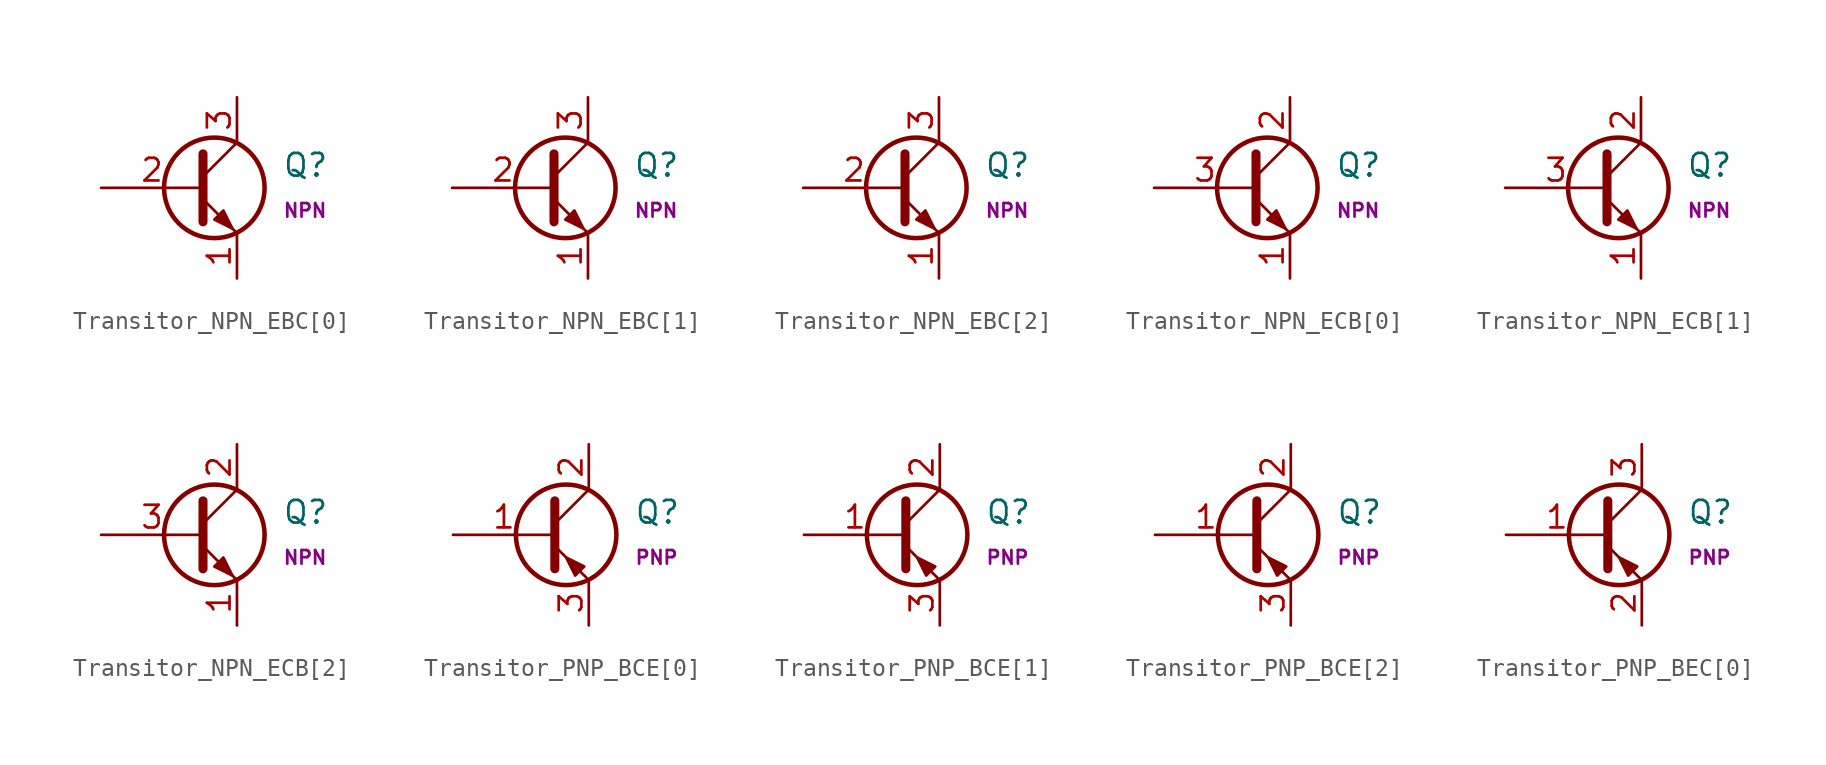
<source format=kicad_sym>
(kicad_symbol_lib
  (version 20211014)
  (generator kicad_symbol_editor)
  (symbol "Transitor_NPN_EBC[0]"
    (pin_names
      (offset 0) hide)
    (property "Reference" "Q"
      (at 5.08 1.27 0)
      (effects (font (size 1.27 1.27)) (justify left)))
    (property "Name" "NPN"
      (at 5.08 -1.27 0)
      (effects (font (size 0.762 0.762)) (justify left)))
    (symbol "Transitor_NPN_EBC[0]_0_1"
      (polyline (pts (xy 0.635 0.635) (xy 2.54 2.54)) (stroke (width 0) (type default) (color 0 0 0 0)) (fill (type none)))
      (polyline (pts (xy 0.635 -0.635) (xy 2.54 -2.54) (xy 2.54 -2.54)) (stroke (width 0) (type default) (color 0 0 0 0)) (fill (type none)))
      (polyline (pts (xy 0.635 1.905) (xy 0.635 -1.905) (xy 0.635 -1.905)) (stroke (width 0.508) (type default) (color 0 0 0 0)) (fill (type none)))
      (polyline (pts (xy 1.27 -1.778) (xy 1.778 -1.27) (xy 2.286 -2.286) (xy 1.27 -1.778) (xy 1.27 -1.778)) (stroke (width 0) (type default) (color 0 0 0 0)) (fill (type outline)))
      (circle (center 1.27 0) (radius 2.819) (stroke (width 0.254) (type default) (color 0 0 0 0)) (fill (type none))))
    (symbol "Transitor_NPN_EBC[0]_1_1"
      (pin passive line (at 2.54 -5.08 90) (length 2.54) (name "E" (effects (font (size 1.27 1.27)))) (number "1" (effects (font (size 1.27 1.27)))))
      (pin passive line (at -5.08 0 0) (length 5.715) (name "B" (effects (font (size 1.27 1.27)))) (number "2" (effects (font (size 1.27 1.27)))))
      (pin passive line (at 2.54 5.08 270) (length 2.54) (name "C" (effects (font (size 1.27 1.27)))) (number "3" (effects (font (size 1.27 1.27)))))))
  (symbol "Transitor_NPN_EBC[1]"
    (pin_names
      (offset 0) hide)
    (property "Reference" "Q"
      (at 5.08 1.27 0)
      (effects (font (size 1.27 1.27)) (justify left)))
    (property "Name" "NPN"
      (at 5.08 -1.27 0)
      (effects (font (size 0.762 0.762)) (justify left)))
    (symbol "Transitor_NPN_EBC[1]_0_1"
      (polyline (pts (xy 0.635 0.635) (xy 2.54 2.54)) (stroke (width 0) (type default) (color 0 0 0 0)) (fill (type none)))
      (polyline (pts (xy 0.635 -0.635) (xy 2.54 -2.54) (xy 2.54 -2.54)) (stroke (width 0) (type default) (color 0 0 0 0)) (fill (type none)))
      (polyline (pts (xy 0.635 1.905) (xy 0.635 -1.905) (xy 0.635 -1.905)) (stroke (width 0.508) (type default) (color 0 0 0 0)) (fill (type none)))
      (polyline (pts (xy 1.27 -1.778) (xy 1.778 -1.27) (xy 2.286 -2.286) (xy 1.27 -1.778) (xy 1.27 -1.778)) (stroke (width 0) (type default) (color 0 0 0 0)) (fill (type outline)))
      (circle (center 1.27 0) (radius 2.819) (stroke (width 0.254) (type default) (color 0 0 0 0)) (fill (type none))))
    (symbol "Transitor_NPN_EBC[1]_1_1"
      (pin passive line (at 2.54 -5.08 90) (length 2.54) (name "E" (effects (font (size 1.27 1.27)))) (number "1" (effects (font (size 1.27 1.27)))))
      (pin passive line (at -5.08 0 0) (length 5.715) (name "B" (effects (font (size 1.27 1.27)))) (number "2" (effects (font (size 1.27 1.27)))))
      (pin passive line (at 2.54 5.08 270) (length 2.54) (name "C" (effects (font (size 1.27 1.27)))) (number "3" (effects (font (size 1.27 1.27)))))))
  (symbol "Transitor_NPN_EBC[2]"
    (pin_names
      (offset 0) hide)
    (property "Reference" "Q"
      (at 5.08 1.27 0)
      (effects (font (size 1.27 1.27)) (justify left)))
    (property "Name" "NPN"
      (at 5.08 -1.27 0)
      (effects (font (size 0.762 0.762)) (justify left)))
    (symbol "Transitor_NPN_EBC[2]_0_1"
      (polyline (pts (xy 0.635 0.635) (xy 2.54 2.54)) (stroke (width 0) (type default) (color 0 0 0 0)) (fill (type none)))
      (polyline (pts (xy 0.635 -0.635) (xy 2.54 -2.54) (xy 2.54 -2.54)) (stroke (width 0) (type default) (color 0 0 0 0)) (fill (type none)))
      (polyline (pts (xy 0.635 1.905) (xy 0.635 -1.905) (xy 0.635 -1.905)) (stroke (width 0.508) (type default) (color 0 0 0 0)) (fill (type none)))
      (polyline (pts (xy 1.27 -1.778) (xy 1.778 -1.27) (xy 2.286 -2.286) (xy 1.27 -1.778) (xy 1.27 -1.778)) (stroke (width 0) (type default) (color 0 0 0 0)) (fill (type outline)))
      (circle (center 1.27 0) (radius 2.819) (stroke (width 0.254) (type default) (color 0 0 0 0)) (fill (type none))))
    (symbol "Transitor_NPN_EBC[2]_1_1"
      (pin passive line (at 2.54 -5.08 90) (length 2.54) (name "E" (effects (font (size 1.27 1.27)))) (number "1" (effects (font (size 1.27 1.27)))))
      (pin passive line (at -5.08 0 0) (length 5.715) (name "B" (effects (font (size 1.27 1.27)))) (number "2" (effects (font (size 1.27 1.27)))))
      (pin passive line (at 2.54 5.08 270) (length 2.54) (name "C" (effects (font (size 1.27 1.27)))) (number "3" (effects (font (size 1.27 1.27)))))))
  (symbol "Transitor_NPN_ECB[0]"
    (pin_names
      (offset 0) hide)
    (property "Reference" "Q"
      (at 5.08 1.27 0)
      (effects (font (size 1.27 1.27)) (justify left)))
    (property "Name" "NPN"
      (at 5.08 -1.27 0)
      (effects (font (size 0.762 0.762)) (justify left)))
    (symbol "Transitor_NPN_ECB[0]_0_1"
      (polyline (pts (xy 0.635 0.635) (xy 2.54 2.54)) (stroke (width 0) (type default) (color 0 0 0 0)) (fill (type none)))
      (polyline (pts (xy 0.635 -0.635) (xy 2.54 -2.54) (xy 2.54 -2.54)) (stroke (width 0) (type default) (color 0 0 0 0)) (fill (type none)))
      (polyline (pts (xy 0.635 1.905) (xy 0.635 -1.905) (xy 0.635 -1.905)) (stroke (width 0.508) (type default) (color 0 0 0 0)) (fill (type none)))
      (polyline (pts (xy 1.27 -1.778) (xy 1.778 -1.27) (xy 2.286 -2.286) (xy 1.27 -1.778) (xy 1.27 -1.778)) (stroke (width 0) (type default) (color 0 0 0 0)) (fill (type outline)))
      (circle (center 1.27 0) (radius 2.819) (stroke (width 0.254) (type default) (color 0 0 0 0)) (fill (type none))))
    (symbol "Transitor_NPN_ECB[0]_1_1"
      (pin passive line (at 2.54 -5.08 90) (length 2.54) (name "E" (effects (font (size 1.27 1.27)))) (number "1" (effects (font (size 1.27 1.27)))))
      (pin passive line (at 2.54 5.08 270) (length 2.54) (name "C" (effects (font (size 1.27 1.27)))) (number "2" (effects (font (size 1.27 1.27)))))
      (pin passive line (at -5.08 0 0) (length 5.715) (name "B" (effects (font (size 1.27 1.27)))) (number "3" (effects (font (size 1.27 1.27)))))))
  (symbol "Transitor_NPN_ECB[1]"
    (pin_names
      (offset 0) hide)
    (property "Reference" "Q"
      (at 5.08 1.27 0)
      (effects (font (size 1.27 1.27)) (justify left)))
    (property "Name" "NPN"
      (at 5.08 -1.27 0)
      (effects (font (size 0.762 0.762)) (justify left)))
    (symbol "Transitor_NPN_ECB[1]_0_1"
      (polyline (pts (xy 0.635 0.635) (xy 2.54 2.54)) (stroke (width 0) (type default) (color 0 0 0 0)) (fill (type none)))
      (polyline (pts (xy 0.635 -0.635) (xy 2.54 -2.54) (xy 2.54 -2.54)) (stroke (width 0) (type default) (color 0 0 0 0)) (fill (type none)))
      (polyline (pts (xy 0.635 1.905) (xy 0.635 -1.905) (xy 0.635 -1.905)) (stroke (width 0.508) (type default) (color 0 0 0 0)) (fill (type none)))
      (polyline (pts (xy 1.27 -1.778) (xy 1.778 -1.27) (xy 2.286 -2.286) (xy 1.27 -1.778) (xy 1.27 -1.778)) (stroke (width 0) (type default) (color 0 0 0 0)) (fill (type outline)))
      (circle (center 1.27 0) (radius 2.819) (stroke (width 0.254) (type default) (color 0 0 0 0)) (fill (type none))))
    (symbol "Transitor_NPN_ECB[1]_1_1"
      (pin passive line (at 2.54 -5.08 90) (length 2.54) (name "E" (effects (font (size 1.27 1.27)))) (number "1" (effects (font (size 1.27 1.27)))))
      (pin passive line (at 2.54 5.08 270) (length 2.54) (name "C" (effects (font (size 1.27 1.27)))) (number "2" (effects (font (size 1.27 1.27)))))
      (pin passive line (at -5.08 0 0) (length 5.715) (name "B" (effects (font (size 1.27 1.27)))) (number "3" (effects (font (size 1.27 1.27)))))))
  (symbol "Transitor_NPN_ECB[2]"
    (pin_names
      (offset 0) hide)
    (property "Reference" "Q"
      (at 5.08 1.27 0)
      (effects (font (size 1.27 1.27)) (justify left)))
    (property "Name" "NPN"
      (at 5.08 -1.27 0)
      (effects (font (size 0.762 0.762)) (justify left)))
    (symbol "Transitor_NPN_ECB[2]_0_1"
      (polyline (pts (xy 0.635 0.635) (xy 2.54 2.54)) (stroke (width 0) (type default) (color 0 0 0 0)) (fill (type none)))
      (polyline (pts (xy 0.635 -0.635) (xy 2.54 -2.54) (xy 2.54 -2.54)) (stroke (width 0) (type default) (color 0 0 0 0)) (fill (type none)))
      (polyline (pts (xy 0.635 1.905) (xy 0.635 -1.905) (xy 0.635 -1.905)) (stroke (width 0.508) (type default) (color 0 0 0 0)) (fill (type none)))
      (polyline (pts (xy 1.27 -1.778) (xy 1.778 -1.27) (xy 2.286 -2.286) (xy 1.27 -1.778) (xy 1.27 -1.778)) (stroke (width 0) (type default) (color 0 0 0 0)) (fill (type outline)))
      (circle (center 1.27 0) (radius 2.819) (stroke (width 0.254) (type default) (color 0 0 0 0)) (fill (type none))))
    (symbol "Transitor_NPN_ECB[2]_1_1"
      (pin passive line (at 2.54 -5.08 90) (length 2.54) (name "E" (effects (font (size 1.27 1.27)))) (number "1" (effects (font (size 1.27 1.27)))))
      (pin passive line (at 2.54 5.08 270) (length 2.54) (name "C" (effects (font (size 1.27 1.27)))) (number "2" (effects (font (size 1.27 1.27)))))
      (pin passive line (at -5.08 0 0) (length 5.715) (name "B" (effects (font (size 1.27 1.27)))) (number "3" (effects (font (size 1.27 1.27)))))))
  (symbol "Transitor_PNP_BCE[0]"
    (pin_names
      (offset 0) hide)
    (property "Reference" "Q"
      (at 5.08 1.27 0)
      (effects (font (size 1.27 1.27)) (justify left)))
    (property "Name" "PNP"
      (at 5.08 -1.27 0)
      (effects (font (size 0.762 0.762)) (justify left)))
    (symbol "Transitor_PNP_BCE[0]_0_1"
      (polyline (pts (xy 0.635 0.635) (xy 2.54 2.54)) (stroke (width 0) (type default) (color 0 0 0 0)) (fill (type none)))
      (polyline (pts (xy 0.635 -0.635) (xy 2.54 -2.54) (xy 2.54 -2.54)) (stroke (width 0) (type default) (color 0 0 0 0)) (fill (type none)))
      (polyline (pts (xy 0.635 1.905) (xy 0.635 -1.905) (xy 0.635 -1.905)) (stroke (width 0.508) (type default) (color 0 0 0 0)) (fill (type none)))
      (polyline (pts (xy 2.286 -1.778) (xy 1.778 -2.286) (xy 1.27 -1.27) (xy 2.286 -1.778) (xy 2.286 -1.778)) (stroke (width 0) (type default) (color 0 0 0 0)) (fill (type outline)))
      (circle (center 1.27 0) (radius 2.819) (stroke (width 0.254) (type default) (color 0 0 0 0)) (fill (type none))))
    (symbol "Transitor_PNP_BCE[0]_1_1"
      (pin input line (at -5.08 0 0) (length 5.715) (name "B" (effects (font (size 1.27 1.27)))) (number "1" (effects (font (size 1.27 1.27)))))
      (pin passive line (at 2.54 5.08 270) (length 2.54) (name "C" (effects (font (size 1.27 1.27)))) (number "2" (effects (font (size 1.27 1.27)))))
      (pin passive line (at 2.54 -5.08 90) (length 2.54) (name "E" (effects (font (size 1.27 1.27)))) (number "3" (effects (font (size 1.27 1.27)))))))
  (symbol "Transitor_PNP_BCE[1]"
    (pin_names
      (offset 0) hide)
    (property "Reference" "Q"
      (at 5.08 1.27 0)
      (effects (font (size 1.27 1.27)) (justify left)))
    (property "Name" "PNP"
      (at 5.08 -1.27 0)
      (effects (font (size 0.762 0.762)) (justify left)))
    (symbol "Transitor_PNP_BCE[1]_0_1"
      (polyline (pts (xy 0.635 0.635) (xy 2.54 2.54)) (stroke (width 0) (type default) (color 0 0 0 0)) (fill (type none)))
      (polyline (pts (xy 0.635 -0.635) (xy 2.54 -2.54) (xy 2.54 -2.54)) (stroke (width 0) (type default) (color 0 0 0 0)) (fill (type none)))
      (polyline (pts (xy 0.635 1.905) (xy 0.635 -1.905) (xy 0.635 -1.905)) (stroke (width 0.508) (type default) (color 0 0 0 0)) (fill (type none)))
      (polyline (pts (xy 2.286 -1.778) (xy 1.778 -2.286) (xy 1.27 -1.27) (xy 2.286 -1.778) (xy 2.286 -1.778)) (stroke (width 0) (type default) (color 0 0 0 0)) (fill (type outline)))
      (circle (center 1.27 0) (radius 2.819) (stroke (width 0.254) (type default) (color 0 0 0 0)) (fill (type none))))
    (symbol "Transitor_PNP_BCE[1]_1_1"
      (pin input line (at -5.08 0 0) (length 5.715) (name "B" (effects (font (size 1.27 1.27)))) (number "1" (effects (font (size 1.27 1.27)))))
      (pin passive line (at 2.54 5.08 270) (length 2.54) (name "C" (effects (font (size 1.27 1.27)))) (number "2" (effects (font (size 1.27 1.27)))))
      (pin passive line (at 2.54 -5.08 90) (length 2.54) (name "E" (effects (font (size 1.27 1.27)))) (number "3" (effects (font (size 1.27 1.27)))))))
  (symbol "Transitor_PNP_BCE[2]"
    (pin_names
      (offset 0) hide)
    (property "Reference" "Q"
      (at 5.08 1.27 0)
      (effects (font (size 1.27 1.27)) (justify left)))
    (property "Name" "PNP"
      (at 5.08 -1.27 0)
      (effects (font (size 0.762 0.762)) (justify left)))
    (symbol "Transitor_PNP_BCE[2]_0_1"
      (polyline (pts (xy 0.635 0.635) (xy 2.54 2.54)) (stroke (width 0) (type default) (color 0 0 0 0)) (fill (type none)))
      (polyline (pts (xy 0.635 -0.635) (xy 2.54 -2.54) (xy 2.54 -2.54)) (stroke (width 0) (type default) (color 0 0 0 0)) (fill (type none)))
      (polyline (pts (xy 0.635 1.905) (xy 0.635 -1.905) (xy 0.635 -1.905)) (stroke (width 0.508) (type default) (color 0 0 0 0)) (fill (type none)))
      (polyline (pts (xy 2.286 -1.778) (xy 1.778 -2.286) (xy 1.27 -1.27) (xy 2.286 -1.778) (xy 2.286 -1.778)) (stroke (width 0) (type default) (color 0 0 0 0)) (fill (type outline)))
      (circle (center 1.27 0) (radius 2.819) (stroke (width 0.254) (type default) (color 0 0 0 0)) (fill (type none))))
    (symbol "Transitor_PNP_BCE[2]_1_1"
      (pin input line (at -5.08 0 0) (length 5.715) (name "B" (effects (font (size 1.27 1.27)))) (number "1" (effects (font (size 1.27 1.27)))))
      (pin passive line (at 2.54 5.08 270) (length 2.54) (name "C" (effects (font (size 1.27 1.27)))) (number "2" (effects (font (size 1.27 1.27)))))
      (pin passive line (at 2.54 -5.08 90) (length 2.54) (name "E" (effects (font (size 1.27 1.27)))) (number "3" (effects (font (size 1.27 1.27)))))))
  (symbol "Transitor_PNP_BEC[0]"
    (pin_names
      (offset 0) hide)
    (property "Reference" "Q"
      (at 5.08 1.27 0)
      (effects (font (size 1.27 1.27)) (justify left)))
    (property "Name" "PNP"
      (at 5.08 -1.27 0)
      (effects (font (size 0.762 0.762)) (justify left)))
    (symbol "Transitor_PNP_BEC[0]_0_1"
      (polyline (pts (xy 0.635 0.635) (xy 2.54 2.54)) (stroke (width 0) (type default) (color 0 0 0 0)) (fill (type none)))
      (polyline (pts (xy 0.635 -0.635) (xy 2.54 -2.54) (xy 2.54 -2.54)) (stroke (width 0) (type default) (color 0 0 0 0)) (fill (type none)))
      (polyline (pts (xy 0.635 1.905) (xy 0.635 -1.905) (xy 0.635 -1.905)) (stroke (width 0.508) (type default) (color 0 0 0 0)) (fill (type none)))
      (polyline (pts (xy 2.286 -1.778) (xy 1.778 -2.286) (xy 1.27 -1.27) (xy 2.286 -1.778) (xy 2.286 -1.778)) (stroke (width 0) (type default) (color 0 0 0 0)) (fill (type outline)))
      (circle (center 1.27 0) (radius 2.819) (stroke (width 0.254) (type default) (color 0 0 0 0)) (fill (type none))))
    (symbol "Transitor_PNP_BEC[0]_1_1"
      (pin input line (at -5.08 0 0) (length 5.715) (name "B" (effects (font (size 1.27 1.27)))) (number "1" (effects (font (size 1.27 1.27)))))
      (pin passive line (at 2.54 -5.08 90) (length 2.54) (name "E" (effects (font (size 1.27 1.27)))) (number "2" (effects (font (size 1.27 1.27)))))
      (pin passive line (at 2.54 5.08 270) (length 2.54) (name "C" (effects (font (size 1.27 1.27)))) (number "3" (effects (font (size 1.27 1.27))))))))
</source>
